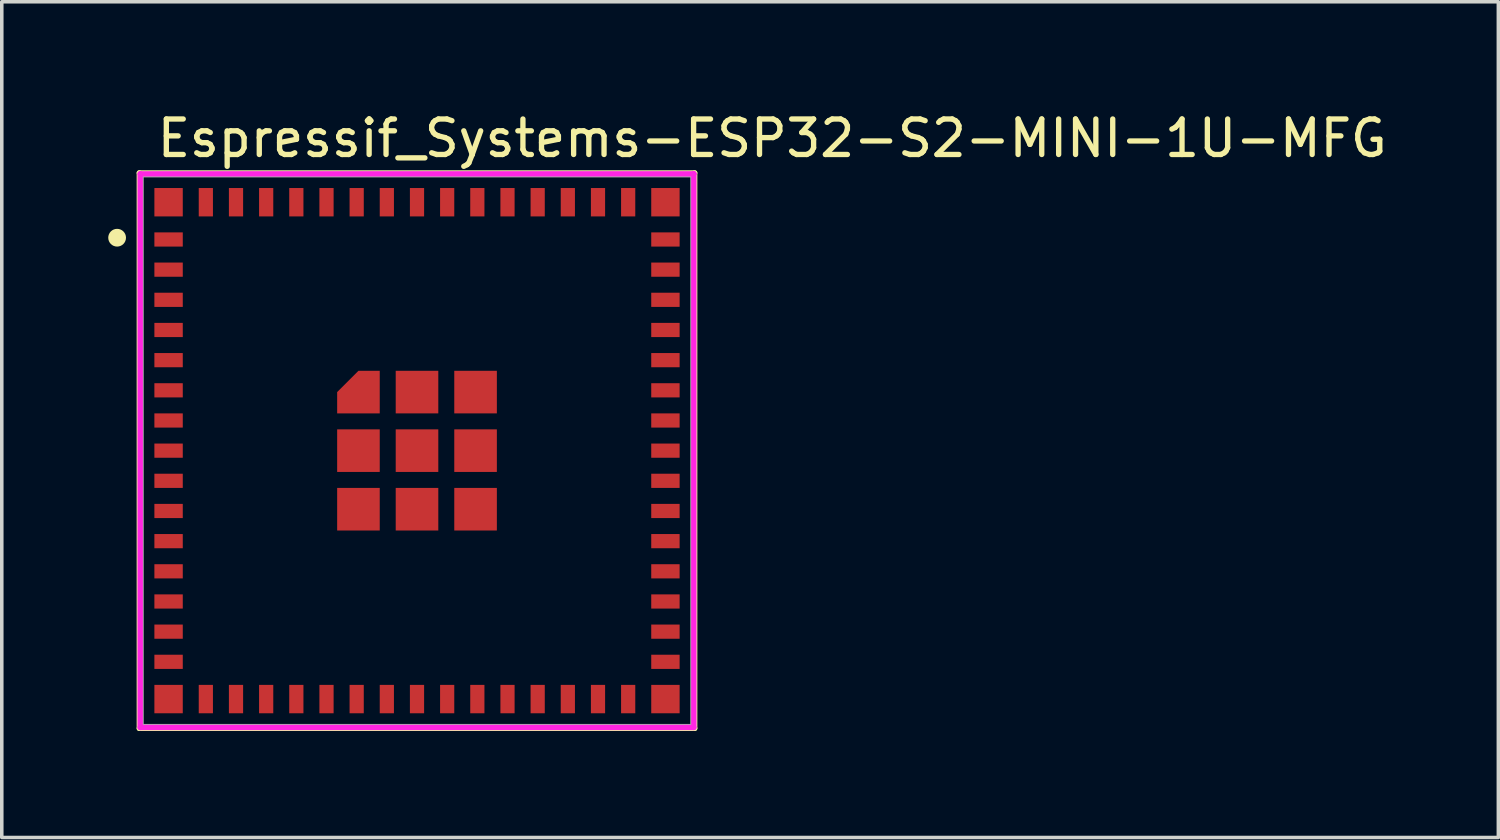
<source format=kicad_pcb>
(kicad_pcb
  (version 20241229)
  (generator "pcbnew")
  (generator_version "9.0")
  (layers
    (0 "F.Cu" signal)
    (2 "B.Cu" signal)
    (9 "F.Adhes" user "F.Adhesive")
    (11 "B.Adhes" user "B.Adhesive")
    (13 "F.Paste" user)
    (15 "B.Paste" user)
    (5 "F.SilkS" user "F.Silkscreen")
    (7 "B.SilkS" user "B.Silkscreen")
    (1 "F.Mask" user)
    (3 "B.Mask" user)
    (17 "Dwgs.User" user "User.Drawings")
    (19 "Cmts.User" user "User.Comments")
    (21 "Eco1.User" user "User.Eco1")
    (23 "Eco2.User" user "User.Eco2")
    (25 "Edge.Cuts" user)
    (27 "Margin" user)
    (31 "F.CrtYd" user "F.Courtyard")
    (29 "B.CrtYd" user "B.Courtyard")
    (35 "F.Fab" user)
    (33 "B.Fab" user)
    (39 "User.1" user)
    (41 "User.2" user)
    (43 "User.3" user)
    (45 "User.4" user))
  (footprint "Espressif_Systems-ESP32-S2-MINI-1U-MFG"
    (layer "F.Cu")
    (at 8.7 9.648)
    (property "Reference" "Espressif_Systems-ESP32-S2-MINI-1U-MFG" (at -7.4 -8.8 0) (layer "F.SilkS") (effects (font (size 1 1) (thickness 0.15)) (justify left)))
    (attr through_hole)
    (fp_line (start -7.825 -7.825) (end 7.825 -7.825) (stroke (width 0.15) (type solid)) (layer "F.SilkS"))
    (fp_line (start -7.825 7.825) (end -7.825 -7.825) (stroke (width 0.15) (type solid)) (layer "F.SilkS"))
    (fp_line (start 7.825 -7.825) (end 7.825 7.825) (stroke (width 0.15) (type solid)) (layer "F.SilkS"))
    (fp_line (start 7.825 7.825) (end -7.825 7.825) (stroke (width 0.15) (type solid)) (layer "F.SilkS"))
    (fp_circle (center -8.45 -6) (end -8.325 -6) (stroke (width 0.25) (type solid)) (fill no) (layer "F.SilkS"))
    (fp_line (start -7.8 -7.8) (end -7.8 7.8) (stroke (width 0.15) (type solid)) (layer "F.CrtYd"))
    (fp_line (start -7.8 7.8) (end 7.8 7.8) (stroke (width 0.15) (type solid)) (layer "F.CrtYd"))
    (fp_line (start 7.8 -7.8) (end -7.8 -7.8) (stroke (width 0.15) (type solid)) (layer "F.CrtYd"))
    (fp_line (start 7.8 -7.8) (end 7.8 -7.8) (stroke (width 0.15) (type solid)) (layer "F.CrtYd"))
    (fp_line (start 7.8 7.8) (end 7.8 -7.8) (stroke (width 0.15) (type solid)) (layer "F.CrtYd"))
    (fp_line (start -7.775 -7.775) (end 7.775 -7.775) (stroke (width 0.15) (type solid)) (layer "F.Fab"))
    (fp_line (start -7.775 7.775) (end -7.775 -7.775) (stroke (width 0.15) (type solid)) (layer "F.Fab"))
    (fp_line (start 7.775 -7.775) (end 7.775 7.775) (stroke (width 0.15) (type solid)) (layer "F.Fab"))
    (fp_line (start 7.775 7.775) (end -7.775 7.775) (stroke (width 0.15) (type solid)) (layer "F.Fab"))
    (pad "1" smd rect (at -7 -5.95) (size 0.8 0.4) (layers "F.Cu" "F.Mask" "F.Paste"))
    (pad "2" smd rect (at -7 -5.1) (size 0.8 0.4) (layers "F.Cu" "F.Mask" "F.Paste"))
    (pad "3" smd rect (at -7 -4.25) (size 0.8 0.4) (layers "F.Cu" "F.Mask" "F.Paste"))
    (pad "4" smd rect (at -7 -3.4) (size 0.8 0.4) (layers "F.Cu" "F.Mask" "F.Paste"))
    (pad "5" smd rect (at -7 -2.55) (size 0.8 0.4) (layers "F.Cu" "F.Mask" "F.Paste"))
    (pad "6" smd rect (at -7 -1.7) (size 0.8 0.4) (layers "F.Cu" "F.Mask" "F.Paste"))
    (pad "7" smd rect (at -7 -0.85) (size 0.8 0.4) (layers "F.Cu" "F.Mask" "F.Paste"))
    (pad "8" smd rect (at -7 0) (size 0.8 0.4) (layers "F.Cu" "F.Mask" "F.Paste"))
    (pad "9" smd rect (at -7 0.85) (size 0.8 0.4) (layers "F.Cu" "F.Mask" "F.Paste"))
    (pad "10" smd rect (at -7 1.7) (size 0.8 0.4) (layers "F.Cu" "F.Mask" "F.Paste"))
    (pad "11" smd rect (at -7 2.55) (size 0.8 0.4) (layers "F.Cu" "F.Mask" "F.Paste"))
    (pad "12" smd rect (at -7 3.4) (size 0.8 0.4) (layers "F.Cu" "F.Mask" "F.Paste"))
    (pad "13" smd rect (at -7 4.25) (size 0.8 0.4) (layers "F.Cu" "F.Mask" "F.Paste"))
    (pad "14" smd rect (at -7 5.1) (size 0.8 0.4) (layers "F.Cu" "F.Mask" "F.Paste"))
    (pad "15" smd rect (at -7 5.95) (size 0.8 0.4) (layers "F.Cu" "F.Mask" "F.Paste"))
    (pad "16" smd rect (at -5.95 7) (size 0.4 0.8) (layers "F.Cu" "F.Mask" "F.Paste"))
    (pad "17" smd rect (at -5.1 7) (size 0.4 0.8) (layers "F.Cu" "F.Mask" "F.Paste"))
    (pad "18" smd rect (at -4.25 7) (size 0.4 0.8) (layers "F.Cu" "F.Mask" "F.Paste"))
    (pad "19" smd rect (at -3.4 7) (size 0.4 0.8) (layers "F.Cu" "F.Mask" "F.Paste"))
    (pad "20" smd rect (at -2.55 7) (size 0.4 0.8) (layers "F.Cu" "F.Mask" "F.Paste"))
    (pad "21" smd rect (at -1.7 7) (size 0.4 0.8) (layers "F.Cu" "F.Mask" "F.Paste"))
    (pad "22" smd rect (at -0.85 7) (size 0.4 0.8) (layers "F.Cu" "F.Mask" "F.Paste"))
    (pad "23" smd rect (at 0 7) (size 0.4 0.8) (layers "F.Cu" "F.Mask" "F.Paste"))
    (pad "24" smd rect (at 0.85 7) (size 0.4 0.8) (layers "F.Cu" "F.Mask" "F.Paste"))
    (pad "25" smd rect (at 1.7 7) (size 0.4 0.8) (layers "F.Cu" "F.Mask" "F.Paste"))
    (pad "26" smd rect (at 2.55 7) (size 0.4 0.8) (layers "F.Cu" "F.Mask" "F.Paste"))
    (pad "27" smd rect (at 3.4 7) (size 0.4 0.8) (layers "F.Cu" "F.Mask" "F.Paste"))
    (pad "28" smd rect (at 4.25 7) (size 0.4 0.8) (layers "F.Cu" "F.Mask" "F.Paste"))
    (pad "29" smd rect (at 5.1 7) (size 0.4 0.8) (layers "F.Cu" "F.Mask" "F.Paste"))
    (pad "30" smd rect (at 5.95 7) (size 0.4 0.8) (layers "F.Cu" "F.Mask" "F.Paste"))
    (pad "31" smd rect (at 7 5.95) (size 0.8 0.4) (layers "F.Cu" "F.Mask" "F.Paste"))
    (pad "32" smd rect (at 7 5.1) (size 0.8 0.4) (layers "F.Cu" "F.Mask" "F.Paste"))
    (pad "33" smd rect (at 7 4.25) (size 0.8 0.4) (layers "F.Cu" "F.Mask" "F.Paste"))
    (pad "34" smd rect (at 7 3.4) (size 0.8 0.4) (layers "F.Cu" "F.Mask" "F.Paste"))
    (pad "35" smd rect (at 7 2.55) (size 0.8 0.4) (layers "F.Cu" "F.Mask" "F.Paste"))
    (pad "36" smd rect (at 7 1.7) (size 0.8 0.4) (layers "F.Cu" "F.Mask" "F.Paste"))
    (pad "37" smd rect (at 7 0.85) (size 0.8 0.4) (layers "F.Cu" "F.Mask" "F.Paste"))
    (pad "38" smd rect (at 7 0) (size 0.8 0.4) (layers "F.Cu" "F.Mask" "F.Paste"))
    (pad "39" smd rect (at 7 -0.85) (size 0.8 0.4) (layers "F.Cu" "F.Mask" "F.Paste"))
    (pad "40" smd rect (at 7 -1.7) (size 0.8 0.4) (layers "F.Cu" "F.Mask" "F.Paste"))
    (pad "41" smd rect (at 7 -2.55) (size 0.8 0.4) (layers "F.Cu" "F.Mask" "F.Paste"))
    (pad "42" smd rect (at 7 -3.4) (size 0.8 0.4) (layers "F.Cu" "F.Mask" "F.Paste"))
    (pad "43" smd rect (at 7 -4.25) (size 0.8 0.4) (layers "F.Cu" "F.Mask" "F.Paste"))
    (pad "44" smd rect (at 7 -5.1) (size 0.8 0.4) (layers "F.Cu" "F.Mask" "F.Paste"))
    (pad "45" smd rect (at 7 -5.95) (size 0.8 0.4) (layers "F.Cu" "F.Mask" "F.Paste"))
    (pad "46" smd rect (at 5.95 -7) (size 0.4 0.8) (layers "F.Cu" "F.Mask" "F.Paste"))
    (pad "47" smd rect (at 5.1 -7) (size 0.4 0.8) (layers "F.Cu" "F.Mask" "F.Paste"))
    (pad "48" smd rect (at 4.25 -7) (size 0.4 0.8) (layers "F.Cu" "F.Mask" "F.Paste"))
    (pad "49" smd rect (at 3.4 -7) (size 0.4 0.8) (layers "F.Cu" "F.Mask" "F.Paste"))
    (pad "50" smd rect (at 2.55 -7) (size 0.4 0.8) (layers "F.Cu" "F.Mask" "F.Paste"))
    (pad "51" smd rect (at 1.7 -7) (size 0.4 0.8) (layers "F.Cu" "F.Mask" "F.Paste"))
    (pad "52" smd rect (at 0.85 -7) (size 0.4 0.8) (layers "F.Cu" "F.Mask" "F.Paste"))
    (pad "53" smd rect (at 0 -7) (size 0.4 0.8) (layers "F.Cu" "F.Mask" "F.Paste"))
    (pad "54" smd rect (at -0.85 -7) (size 0.4 0.8) (layers "F.Cu" "F.Mask" "F.Paste"))
    (pad "55" smd rect (at -1.7 -7) (size 0.4 0.8) (layers "F.Cu" "F.Mask" "F.Paste"))
    (pad "56" smd rect (at -2.55 -7) (size 0.4 0.8) (layers "F.Cu" "F.Mask" "F.Paste"))
    (pad "57" smd rect (at -3.4 -7) (size 0.4 0.8) (layers "F.Cu" "F.Mask" "F.Paste"))
    (pad "58" smd rect (at -4.25 -7) (size 0.4 0.8) (layers "F.Cu" "F.Mask" "F.Paste"))
    (pad "59" smd rect (at -5.1 -7) (size 0.4 0.8) (layers "F.Cu" "F.Mask" "F.Paste"))
    (pad "60" smd rect (at -5.95 -7) (size 0.4 0.8) (layers "F.Cu" "F.Mask" "F.Paste"))
    (pad "61" smd custom (at -1.65 -1.65) (size 0.5 0.5) (layers "F.Cu" "F.Mask" "F.Paste") (options (anchor circle)) (primitives (gr_poly (pts (xy -0.6 0) (xy -0.6 0.6) (xy 0.6 0.6) (xy 0.6 -0.6) (xy 0 -0.6) (xy -0.6 0)) (width 0) (fill yes))))
    (pad "61" smd rect (at -1.65 0) (size 1.2 1.2) (layers "F.Cu" "F.Mask" "F.Paste"))
    (pad "61" smd rect (at -1.65 1.65) (size 1.2 1.2) (layers "F.Cu" "F.Mask" "F.Paste"))
    (pad "61" smd rect (at 0 -1.65) (size 1.2 1.2) (layers "F.Cu" "F.Mask" "F.Paste"))
    (pad "61" smd rect (at 0 0) (size 1.2 1.2) (layers "F.Cu" "F.Mask" "F.Paste"))
    (pad "61" smd rect (at 0 1.65) (size 1.2 1.2) (layers "F.Cu" "F.Mask" "F.Paste"))
    (pad "61" smd rect (at 1.65 -1.65) (size 1.2 1.2) (layers "F.Cu" "F.Mask" "F.Paste"))
    (pad "61" smd rect (at 1.65 0) (size 1.2 1.2) (layers "F.Cu" "F.Mask" "F.Paste"))
    (pad "61" smd rect (at 1.65 1.65) (size 1.2 1.2) (layers "F.Cu" "F.Mask" "F.Paste"))
    (pad "62" smd rect (at -7 -7) (size 0.8 0.8) (layers "F.Cu" "F.Mask" "F.Paste"))
    (pad "63" smd rect (at -7 7) (size 0.8 0.8) (layers "F.Cu" "F.Mask" "F.Paste"))
    (pad "64" smd rect (at 7 7) (size 0.8 0.8) (layers "F.Cu" "F.Mask" "F.Paste"))
    (pad "65" smd rect (at 7 -7) (size 0.8 0.8) (layers "F.Cu" "F.Mask" "F.Paste")))
  (gr_rect
    (start -3 -3)
    (end 39.169 20.548)
    (stroke (width 0.1) (type default))
    (fill no)
    (layer "Edge.Cuts")))
</source>
